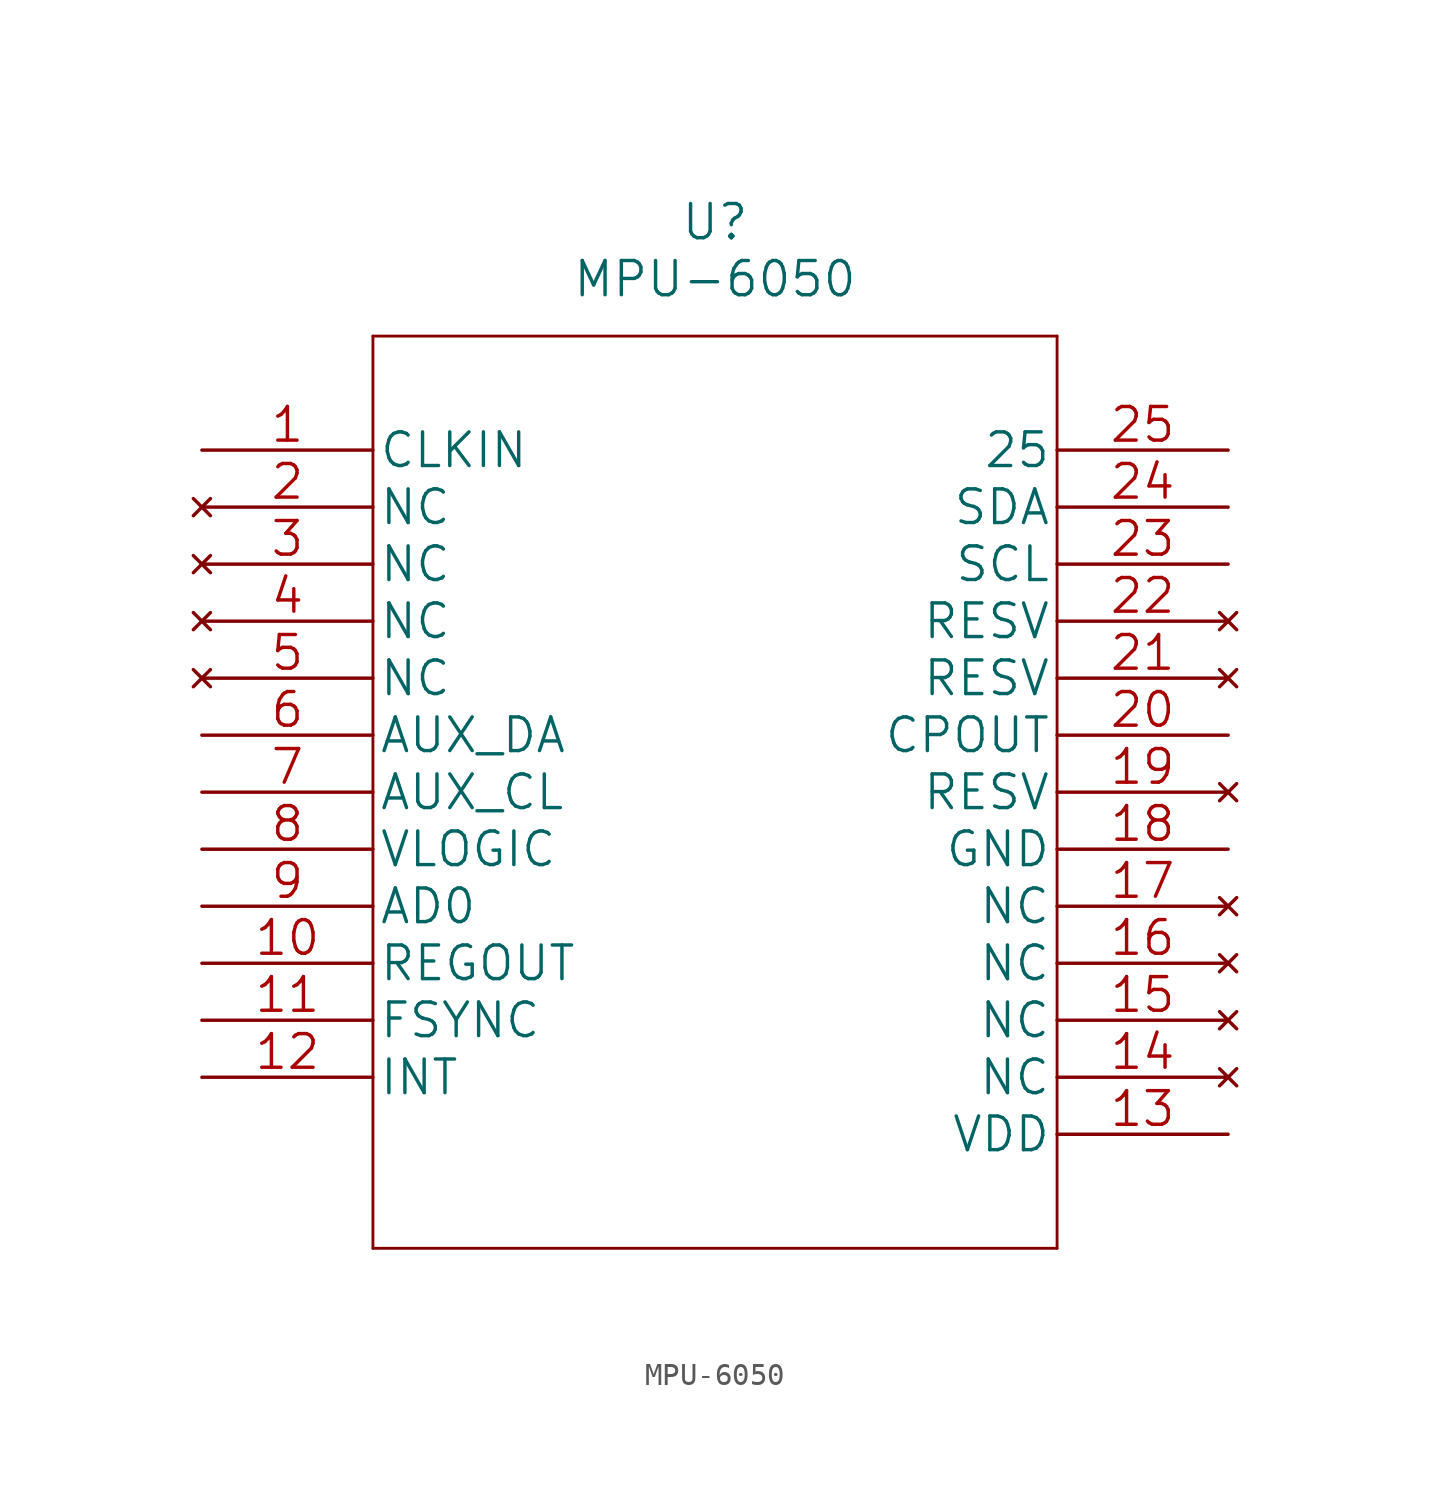
<source format=kicad_sym>
(kicad_symbol_lib
  (version 20210619)
  (generator kicad_symbol_editor)
  (symbol "MPU-6050"
    (pin_names
      (offset 0.254))
    (property "Reference" "U"
      (at 22.86 10.16 0)
      (effects (font (size 1.524 1.524))))
    (property "Value" "MPU-6050"
      (at 22.86 7.62 0)
      (effects (font (size 1.524 1.524))))
    (property "Datasheet" ""
      (at 0 0 0)
      (effects (font (size 1.524 1.524))))
    (property "ki_locked" ""
      (at 0 0 0)
      (effects (font (size 1.27 1.27))))
    (symbol "MPU-6050_1_1"
      (polyline (pts (xy 7.62 -35.56) (xy 38.1 -35.56)) (stroke (width 0.127)) (fill (type none)))
      (polyline (pts (xy 7.62 5.08) (xy 7.62 -35.56)) (stroke (width 0.127)) (fill (type none)))
      (polyline (pts (xy 38.1 -35.56) (xy 38.1 5.08)) (stroke (width 0.127)) (fill (type none)))
      (polyline (pts (xy 38.1 5.08) (xy 7.62 5.08)) (stroke (width 0.127)) (fill (type none)))
      (pin input line (at 0 0 0) (length 7.62) (name "CLKIN" (effects (font (size 1.499 1.499)))) (number "1" (effects (font (size 1.499 1.499)))))
      (pin unspecified line (at 0 -22.86 0) (length 7.62) (name "REGOUT" (effects (font (size 1.499 1.499)))) (number "10" (effects (font (size 1.499 1.499)))))
      (pin input line (at 0 -25.4 0) (length 7.62) (name "FSYNC" (effects (font (size 1.499 1.499)))) (number "11" (effects (font (size 1.499 1.499)))))
      (pin output line (at 0 -27.94 0) (length 7.62) (name "INT" (effects (font (size 1.499 1.499)))) (number "12" (effects (font (size 1.499 1.499)))))
      (pin power_in line (at 45.72 -30.48 180) (length 7.62) (name "VDD" (effects (font (size 1.499 1.499)))) (number "13" (effects (font (size 1.499 1.499)))))
      (pin no_connect line (at 45.72 -27.94 180) (length 7.62) (name "NC" (effects (font (size 1.499 1.499)))) (number "14" (effects (font (size 1.499 1.499)))))
      (pin no_connect line (at 45.72 -25.4 180) (length 7.62) (name "NC" (effects (font (size 1.499 1.499)))) (number "15" (effects (font (size 1.499 1.499)))))
      (pin no_connect line (at 45.72 -22.86 180) (length 7.62) (name "NC" (effects (font (size 1.499 1.499)))) (number "16" (effects (font (size 1.499 1.499)))))
      (pin no_connect line (at 45.72 -20.32 180) (length 7.62) (name "NC" (effects (font (size 1.499 1.499)))) (number "17" (effects (font (size 1.499 1.499)))))
      (pin power_in line (at 45.72 -17.78 180) (length 7.62) (name "GND" (effects (font (size 1.499 1.499)))) (number "18" (effects (font (size 1.499 1.499)))))
      (pin no_connect line (at 45.72 -15.24 180) (length 7.62) (name "RESV" (effects (font (size 1.499 1.499)))) (number "19" (effects (font (size 1.499 1.499)))))
      (pin no_connect line (at 0 -2.54 0) (length 7.62) (name "NC" (effects (font (size 1.499 1.499)))) (number "2" (effects (font (size 1.499 1.499)))))
      (pin unspecified line (at 45.72 -12.7 180) (length 7.62) (name "CPOUT" (effects (font (size 1.499 1.499)))) (number "20" (effects (font (size 1.499 1.499)))))
      (pin no_connect line (at 45.72 -10.16 180) (length 7.62) (name "RESV" (effects (font (size 1.499 1.499)))) (number "21" (effects (font (size 1.499 1.499)))))
      (pin no_connect line (at 45.72 -7.62 180) (length 7.62) (name "RESV" (effects (font (size 1.499 1.499)))) (number "22" (effects (font (size 1.499 1.499)))))
      (pin unspecified line (at 45.72 -5.08 180) (length 7.62) (name "SCL" (effects (font (size 1.499 1.499)))) (number "23" (effects (font (size 1.499 1.499)))))
      (pin unspecified line (at 45.72 -2.54 180) (length 7.62) (name "SDA" (effects (font (size 1.499 1.499)))) (number "24" (effects (font (size 1.499 1.499)))))
      (pin unspecified line (at 45.72 0 180) (length 7.62) (name "25" (effects (font (size 1.499 1.499)))) (number "25" (effects (font (size 1.499 1.499)))))
      (pin no_connect line (at 0 -5.08 0) (length 7.62) (name "NC" (effects (font (size 1.499 1.499)))) (number "3" (effects (font (size 1.499 1.499)))))
      (pin no_connect line (at 0 -7.62 0) (length 7.62) (name "NC" (effects (font (size 1.499 1.499)))) (number "4" (effects (font (size 1.499 1.499)))))
      (pin no_connect line (at 0 -10.16 0) (length 7.62) (name "NC" (effects (font (size 1.499 1.499)))) (number "5" (effects (font (size 1.499 1.499)))))
      (pin unspecified line (at 0 -12.7 0) (length 7.62) (name "AUX_DA" (effects (font (size 1.499 1.499)))) (number "6" (effects (font (size 1.499 1.499)))))
      (pin unspecified line (at 0 -15.24 0) (length 7.62) (name "AUX_CL" (effects (font (size 1.499 1.499)))) (number "7" (effects (font (size 1.499 1.499)))))
      (pin power_in line (at 0 -17.78 0) (length 7.62) (name "VLOGIC" (effects (font (size 1.499 1.499)))) (number "8" (effects (font (size 1.499 1.499)))))
      (pin bidirectional line (at 0 -20.32 0) (length 7.62) (name "AD0" (effects (font (size 1.499 1.499)))) (number "9" (effects (font (size 1.499 1.499))))))))
</source>
